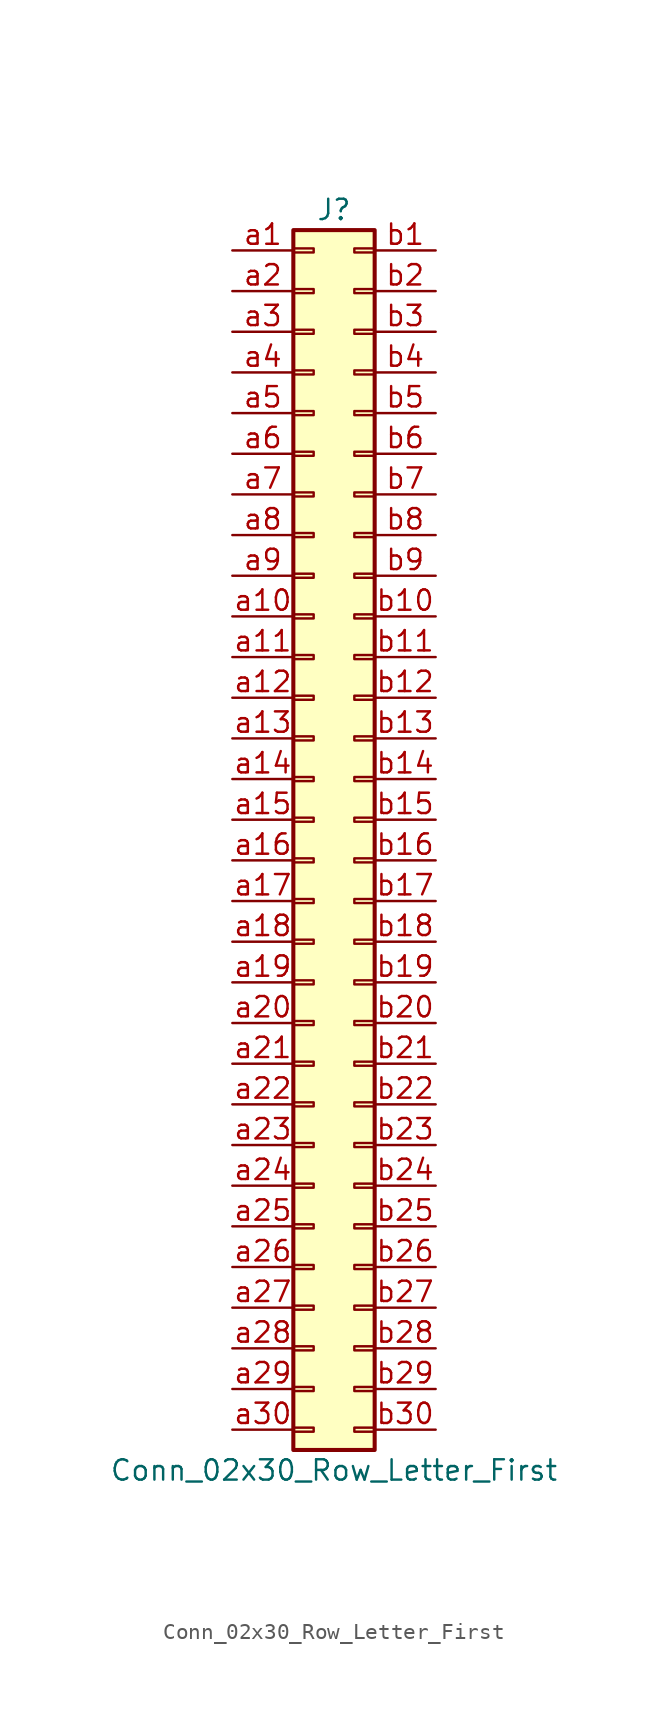
<source format=kicad_sym>
(kicad_symbol_lib
  (version 20220914)
  (generator kicad_symbol_editor)
  (symbol "Conn_02x30_Row_Letter_First"
    (pin_names
      (offset 1.016) hide)
    (property "Reference" "J"
      (at 1.27 38.1 0)
      (effects (font (size 1.27 1.27))))
    (property "Value" "Conn_02x30_Row_Letter_First"
      (at 1.27 -40.64 0)
      (effects (font (size 1.27 1.27))))
    (symbol "Conn_02x30_Row_Letter_First_1_1"
      (rectangle (start -1.27 -37.973) (end 0 -38.227) (stroke (width 0.152) (type default)) (fill (type none)))
      (rectangle (start -1.27 -35.433) (end 0 -35.687) (stroke (width 0.152) (type default)) (fill (type none)))
      (rectangle (start -1.27 -32.893) (end 0 -33.147) (stroke (width 0.152) (type default)) (fill (type none)))
      (rectangle (start -1.27 -30.353) (end 0 -30.607) (stroke (width 0.152) (type default)) (fill (type none)))
      (rectangle (start -1.27 -27.813) (end 0 -28.067) (stroke (width 0.152) (type default)) (fill (type none)))
      (rectangle (start -1.27 -25.273) (end 0 -25.527) (stroke (width 0.152) (type default)) (fill (type none)))
      (rectangle (start -1.27 -22.733) (end 0 -22.987) (stroke (width 0.152) (type default)) (fill (type none)))
      (rectangle (start -1.27 -20.193) (end 0 -20.447) (stroke (width 0.152) (type default)) (fill (type none)))
      (rectangle (start -1.27 -17.653) (end 0 -17.907) (stroke (width 0.152) (type default)) (fill (type none)))
      (rectangle (start -1.27 -15.113) (end 0 -15.367) (stroke (width 0.152) (type default)) (fill (type none)))
      (rectangle (start -1.27 -12.573) (end 0 -12.827) (stroke (width 0.152) (type default)) (fill (type none)))
      (rectangle (start -1.27 -10.033) (end 0 -10.287) (stroke (width 0.152) (type default)) (fill (type none)))
      (rectangle (start -1.27 -7.493) (end 0 -7.747) (stroke (width 0.152) (type default)) (fill (type none)))
      (rectangle (start -1.27 -4.953) (end 0 -5.207) (stroke (width 0.152) (type default)) (fill (type none)))
      (rectangle (start -1.27 -2.413) (end 0 -2.667) (stroke (width 0.152) (type default)) (fill (type none)))
      (rectangle (start -1.27 0.127) (end 0 -0.127) (stroke (width 0.152) (type default)) (fill (type none)))
      (rectangle (start -1.27 2.667) (end 0 2.413) (stroke (width 0.152) (type default)) (fill (type none)))
      (rectangle (start -1.27 5.207) (end 0 4.953) (stroke (width 0.152) (type default)) (fill (type none)))
      (rectangle (start -1.27 7.747) (end 0 7.493) (stroke (width 0.152) (type default)) (fill (type none)))
      (rectangle (start -1.27 10.287) (end 0 10.033) (stroke (width 0.152) (type default)) (fill (type none)))
      (rectangle (start -1.27 12.827) (end 0 12.573) (stroke (width 0.152) (type default)) (fill (type none)))
      (rectangle (start -1.27 15.367) (end 0 15.113) (stroke (width 0.152) (type default)) (fill (type none)))
      (rectangle (start -1.27 17.907) (end 0 17.653) (stroke (width 0.152) (type default)) (fill (type none)))
      (rectangle (start -1.27 20.447) (end 0 20.193) (stroke (width 0.152) (type default)) (fill (type none)))
      (rectangle (start -1.27 22.987) (end 0 22.733) (stroke (width 0.152) (type default)) (fill (type none)))
      (rectangle (start -1.27 25.527) (end 0 25.273) (stroke (width 0.152) (type default)) (fill (type none)))
      (rectangle (start -1.27 28.067) (end 0 27.813) (stroke (width 0.152) (type default)) (fill (type none)))
      (rectangle (start -1.27 30.607) (end 0 30.353) (stroke (width 0.152) (type default)) (fill (type none)))
      (rectangle (start -1.27 33.147) (end 0 32.893) (stroke (width 0.152) (type default)) (fill (type none)))
      (rectangle (start -1.27 35.687) (end 0 35.433) (stroke (width 0.152) (type default)) (fill (type none)))
      (rectangle (start -1.27 36.83) (end 3.81 -39.37) (stroke (width 0.254) (type default)) (fill (type background)))
      (rectangle (start 3.81 -37.973) (end 2.54 -38.227) (stroke (width 0.152) (type default)) (fill (type none)))
      (rectangle (start 3.81 -35.433) (end 2.54 -35.687) (stroke (width 0.152) (type default)) (fill (type none)))
      (rectangle (start 3.81 -32.893) (end 2.54 -33.147) (stroke (width 0.152) (type default)) (fill (type none)))
      (rectangle (start 3.81 -30.353) (end 2.54 -30.607) (stroke (width 0.152) (type default)) (fill (type none)))
      (rectangle (start 3.81 -27.813) (end 2.54 -28.067) (stroke (width 0.152) (type default)) (fill (type none)))
      (rectangle (start 3.81 -25.273) (end 2.54 -25.527) (stroke (width 0.152) (type default)) (fill (type none)))
      (rectangle (start 3.81 -22.733) (end 2.54 -22.987) (stroke (width 0.152) (type default)) (fill (type none)))
      (rectangle (start 3.81 -20.193) (end 2.54 -20.447) (stroke (width 0.152) (type default)) (fill (type none)))
      (rectangle (start 3.81 -17.653) (end 2.54 -17.907) (stroke (width 0.152) (type default)) (fill (type none)))
      (rectangle (start 3.81 -15.113) (end 2.54 -15.367) (stroke (width 0.152) (type default)) (fill (type none)))
      (rectangle (start 3.81 -12.573) (end 2.54 -12.827) (stroke (width 0.152) (type default)) (fill (type none)))
      (rectangle (start 3.81 -10.033) (end 2.54 -10.287) (stroke (width 0.152) (type default)) (fill (type none)))
      (rectangle (start 3.81 -7.493) (end 2.54 -7.747) (stroke (width 0.152) (type default)) (fill (type none)))
      (rectangle (start 3.81 -4.953) (end 2.54 -5.207) (stroke (width 0.152) (type default)) (fill (type none)))
      (rectangle (start 3.81 -2.413) (end 2.54 -2.667) (stroke (width 0.152) (type default)) (fill (type none)))
      (rectangle (start 3.81 0.127) (end 2.54 -0.127) (stroke (width 0.152) (type default)) (fill (type none)))
      (rectangle (start 3.81 2.667) (end 2.54 2.413) (stroke (width 0.152) (type default)) (fill (type none)))
      (rectangle (start 3.81 5.207) (end 2.54 4.953) (stroke (width 0.152) (type default)) (fill (type none)))
      (rectangle (start 3.81 7.747) (end 2.54 7.493) (stroke (width 0.152) (type default)) (fill (type none)))
      (rectangle (start 3.81 10.287) (end 2.54 10.033) (stroke (width 0.152) (type default)) (fill (type none)))
      (rectangle (start 3.81 12.827) (end 2.54 12.573) (stroke (width 0.152) (type default)) (fill (type none)))
      (rectangle (start 3.81 15.367) (end 2.54 15.113) (stroke (width 0.152) (type default)) (fill (type none)))
      (rectangle (start 3.81 17.907) (end 2.54 17.653) (stroke (width 0.152) (type default)) (fill (type none)))
      (rectangle (start 3.81 20.447) (end 2.54 20.193) (stroke (width 0.152) (type default)) (fill (type none)))
      (rectangle (start 3.81 22.987) (end 2.54 22.733) (stroke (width 0.152) (type default)) (fill (type none)))
      (rectangle (start 3.81 25.527) (end 2.54 25.273) (stroke (width 0.152) (type default)) (fill (type none)))
      (rectangle (start 3.81 28.067) (end 2.54 27.813) (stroke (width 0.152) (type default)) (fill (type none)))
      (rectangle (start 3.81 30.607) (end 2.54 30.353) (stroke (width 0.152) (type default)) (fill (type none)))
      (rectangle (start 3.81 33.147) (end 2.54 32.893) (stroke (width 0.152) (type default)) (fill (type none)))
      (rectangle (start 3.81 35.687) (end 2.54 35.433) (stroke (width 0.152) (type default)) (fill (type none)))
      (pin passive line (at -5.08 35.56 0) (length 3.81) (name "Pin_a1" (effects (font (size 1.27 1.27)))) (number "a1" (effects (font (size 1.27 1.27)))))
      (pin passive line (at -5.08 12.7 0) (length 3.81) (name "Pin_a10" (effects (font (size 1.27 1.27)))) (number "a10" (effects (font (size 1.27 1.27)))))
      (pin passive line (at -5.08 10.16 0) (length 3.81) (name "Pin_a11" (effects (font (size 1.27 1.27)))) (number "a11" (effects (font (size 1.27 1.27)))))
      (pin passive line (at -5.08 7.62 0) (length 3.81) (name "Pin_a12" (effects (font (size 1.27 1.27)))) (number "a12" (effects (font (size 1.27 1.27)))))
      (pin passive line (at -5.08 5.08 0) (length 3.81) (name "Pin_a13" (effects (font (size 1.27 1.27)))) (number "a13" (effects (font (size 1.27 1.27)))))
      (pin passive line (at -5.08 2.54 0) (length 3.81) (name "Pin_a14" (effects (font (size 1.27 1.27)))) (number "a14" (effects (font (size 1.27 1.27)))))
      (pin passive line (at -5.08 0 0) (length 3.81) (name "Pin_a15" (effects (font (size 1.27 1.27)))) (number "a15" (effects (font (size 1.27 1.27)))))
      (pin passive line (at -5.08 -2.54 0) (length 3.81) (name "Pin_a16" (effects (font (size 1.27 1.27)))) (number "a16" (effects (font (size 1.27 1.27)))))
      (pin passive line (at -5.08 -5.08 0) (length 3.81) (name "Pin_a17" (effects (font (size 1.27 1.27)))) (number "a17" (effects (font (size 1.27 1.27)))))
      (pin passive line (at -5.08 -7.62 0) (length 3.81) (name "Pin_a18" (effects (font (size 1.27 1.27)))) (number "a18" (effects (font (size 1.27 1.27)))))
      (pin passive line (at -5.08 -10.16 0) (length 3.81) (name "Pin_a19" (effects (font (size 1.27 1.27)))) (number "a19" (effects (font (size 1.27 1.27)))))
      (pin passive line (at -5.08 33.02 0) (length 3.81) (name "Pin_a2" (effects (font (size 1.27 1.27)))) (number "a2" (effects (font (size 1.27 1.27)))))
      (pin passive line (at -5.08 -12.7 0) (length 3.81) (name "Pin_a20" (effects (font (size 1.27 1.27)))) (number "a20" (effects (font (size 1.27 1.27)))))
      (pin passive line (at -5.08 -15.24 0) (length 3.81) (name "Pin_a21" (effects (font (size 1.27 1.27)))) (number "a21" (effects (font (size 1.27 1.27)))))
      (pin passive line (at -5.08 -17.78 0) (length 3.81) (name "Pin_a22" (effects (font (size 1.27 1.27)))) (number "a22" (effects (font (size 1.27 1.27)))))
      (pin passive line (at -5.08 -20.32 0) (length 3.81) (name "Pin_a23" (effects (font (size 1.27 1.27)))) (number "a23" (effects (font (size 1.27 1.27)))))
      (pin passive line (at -5.08 -22.86 0) (length 3.81) (name "Pin_a24" (effects (font (size 1.27 1.27)))) (number "a24" (effects (font (size 1.27 1.27)))))
      (pin passive line (at -5.08 -25.4 0) (length 3.81) (name "Pin_a25" (effects (font (size 1.27 1.27)))) (number "a25" (effects (font (size 1.27 1.27)))))
      (pin passive line (at -5.08 -27.94 0) (length 3.81) (name "Pin_a26" (effects (font (size 1.27 1.27)))) (number "a26" (effects (font (size 1.27 1.27)))))
      (pin passive line (at -5.08 -30.48 0) (length 3.81) (name "Pin_a27" (effects (font (size 1.27 1.27)))) (number "a27" (effects (font (size 1.27 1.27)))))
      (pin passive line (at -5.08 -33.02 0) (length 3.81) (name "Pin_a28" (effects (font (size 1.27 1.27)))) (number "a28" (effects (font (size 1.27 1.27)))))
      (pin passive line (at -5.08 -35.56 0) (length 3.81) (name "Pin_a29" (effects (font (size 1.27 1.27)))) (number "a29" (effects (font (size 1.27 1.27)))))
      (pin passive line (at -5.08 30.48 0) (length 3.81) (name "Pin_a3" (effects (font (size 1.27 1.27)))) (number "a3" (effects (font (size 1.27 1.27)))))
      (pin passive line (at -5.08 -38.1 0) (length 3.81) (name "Pin_a30" (effects (font (size 1.27 1.27)))) (number "a30" (effects (font (size 1.27 1.27)))))
      (pin passive line (at -5.08 27.94 0) (length 3.81) (name "Pin_a4" (effects (font (size 1.27 1.27)))) (number "a4" (effects (font (size 1.27 1.27)))))
      (pin passive line (at -5.08 25.4 0) (length 3.81) (name "Pin_a5" (effects (font (size 1.27 1.27)))) (number "a5" (effects (font (size 1.27 1.27)))))
      (pin passive line (at -5.08 22.86 0) (length 3.81) (name "Pin_a6" (effects (font (size 1.27 1.27)))) (number "a6" (effects (font (size 1.27 1.27)))))
      (pin passive line (at -5.08 20.32 0) (length 3.81) (name "Pin_a7" (effects (font (size 1.27 1.27)))) (number "a7" (effects (font (size 1.27 1.27)))))
      (pin passive line (at -5.08 17.78 0) (length 3.81) (name "Pin_a8" (effects (font (size 1.27 1.27)))) (number "a8" (effects (font (size 1.27 1.27)))))
      (pin passive line (at -5.08 15.24 0) (length 3.81) (name "Pin_a9" (effects (font (size 1.27 1.27)))) (number "a9" (effects (font (size 1.27 1.27)))))
      (pin passive line (at 7.62 35.56 180) (length 3.81) (name "Pin_b1" (effects (font (size 1.27 1.27)))) (number "b1" (effects (font (size 1.27 1.27)))))
      (pin passive line (at 7.62 12.7 180) (length 3.81) (name "Pin_b10" (effects (font (size 1.27 1.27)))) (number "b10" (effects (font (size 1.27 1.27)))))
      (pin passive line (at 7.62 10.16 180) (length 3.81) (name "Pin_b11" (effects (font (size 1.27 1.27)))) (number "b11" (effects (font (size 1.27 1.27)))))
      (pin passive line (at 7.62 7.62 180) (length 3.81) (name "Pin_b12" (effects (font (size 1.27 1.27)))) (number "b12" (effects (font (size 1.27 1.27)))))
      (pin passive line (at 7.62 5.08 180) (length 3.81) (name "Pin_b13" (effects (font (size 1.27 1.27)))) (number "b13" (effects (font (size 1.27 1.27)))))
      (pin passive line (at 7.62 2.54 180) (length 3.81) (name "Pin_b14" (effects (font (size 1.27 1.27)))) (number "b14" (effects (font (size 1.27 1.27)))))
      (pin passive line (at 7.62 0 180) (length 3.81) (name "Pin_b15" (effects (font (size 1.27 1.27)))) (number "b15" (effects (font (size 1.27 1.27)))))
      (pin passive line (at 7.62 -2.54 180) (length 3.81) (name "Pin_b16" (effects (font (size 1.27 1.27)))) (number "b16" (effects (font (size 1.27 1.27)))))
      (pin passive line (at 7.62 -5.08 180) (length 3.81) (name "Pin_b17" (effects (font (size 1.27 1.27)))) (number "b17" (effects (font (size 1.27 1.27)))))
      (pin passive line (at 7.62 -7.62 180) (length 3.81) (name "Pin_b18" (effects (font (size 1.27 1.27)))) (number "b18" (effects (font (size 1.27 1.27)))))
      (pin passive line (at 7.62 -10.16 180) (length 3.81) (name "Pin_b19" (effects (font (size 1.27 1.27)))) (number "b19" (effects (font (size 1.27 1.27)))))
      (pin passive line (at 7.62 33.02 180) (length 3.81) (name "Pin_b2" (effects (font (size 1.27 1.27)))) (number "b2" (effects (font (size 1.27 1.27)))))
      (pin passive line (at 7.62 -12.7 180) (length 3.81) (name "Pin_b20" (effects (font (size 1.27 1.27)))) (number "b20" (effects (font (size 1.27 1.27)))))
      (pin passive line (at 7.62 -15.24 180) (length 3.81) (name "Pin_b21" (effects (font (size 1.27 1.27)))) (number "b21" (effects (font (size 1.27 1.27)))))
      (pin passive line (at 7.62 -17.78 180) (length 3.81) (name "Pin_b22" (effects (font (size 1.27 1.27)))) (number "b22" (effects (font (size 1.27 1.27)))))
      (pin passive line (at 7.62 -20.32 180) (length 3.81) (name "Pin_b23" (effects (font (size 1.27 1.27)))) (number "b23" (effects (font (size 1.27 1.27)))))
      (pin passive line (at 7.62 -22.86 180) (length 3.81) (name "Pin_b24" (effects (font (size 1.27 1.27)))) (number "b24" (effects (font (size 1.27 1.27)))))
      (pin passive line (at 7.62 -25.4 180) (length 3.81) (name "Pin_b25" (effects (font (size 1.27 1.27)))) (number "b25" (effects (font (size 1.27 1.27)))))
      (pin passive line (at 7.62 -27.94 180) (length 3.81) (name "Pin_b26" (effects (font (size 1.27 1.27)))) (number "b26" (effects (font (size 1.27 1.27)))))
      (pin passive line (at 7.62 -30.48 180) (length 3.81) (name "Pin_b27" (effects (font (size 1.27 1.27)))) (number "b27" (effects (font (size 1.27 1.27)))))
      (pin passive line (at 7.62 -33.02 180) (length 3.81) (name "Pin_b28" (effects (font (size 1.27 1.27)))) (number "b28" (effects (font (size 1.27 1.27)))))
      (pin passive line (at 7.62 -35.56 180) (length 3.81) (name "Pin_b29" (effects (font (size 1.27 1.27)))) (number "b29" (effects (font (size 1.27 1.27)))))
      (pin passive line (at 7.62 30.48 180) (length 3.81) (name "Pin_b3" (effects (font (size 1.27 1.27)))) (number "b3" (effects (font (size 1.27 1.27)))))
      (pin passive line (at 7.62 -38.1 180) (length 3.81) (name "Pin_b30" (effects (font (size 1.27 1.27)))) (number "b30" (effects (font (size 1.27 1.27)))))
      (pin passive line (at 7.62 27.94 180) (length 3.81) (name "Pin_b4" (effects (font (size 1.27 1.27)))) (number "b4" (effects (font (size 1.27 1.27)))))
      (pin passive line (at 7.62 25.4 180) (length 3.81) (name "Pin_b5" (effects (font (size 1.27 1.27)))) (number "b5" (effects (font (size 1.27 1.27)))))
      (pin passive line (at 7.62 22.86 180) (length 3.81) (name "Pin_b6" (effects (font (size 1.27 1.27)))) (number "b6" (effects (font (size 1.27 1.27)))))
      (pin passive line (at 7.62 20.32 180) (length 3.81) (name "Pin_b7" (effects (font (size 1.27 1.27)))) (number "b7" (effects (font (size 1.27 1.27)))))
      (pin passive line (at 7.62 17.78 180) (length 3.81) (name "Pin_b8" (effects (font (size 1.27 1.27)))) (number "b8" (effects (font (size 1.27 1.27)))))
      (pin passive line (at 7.62 15.24 180) (length 3.81) (name "Pin_b9" (effects (font (size 1.27 1.27)))) (number "b9" (effects (font (size 1.27 1.27))))))))
</source>
